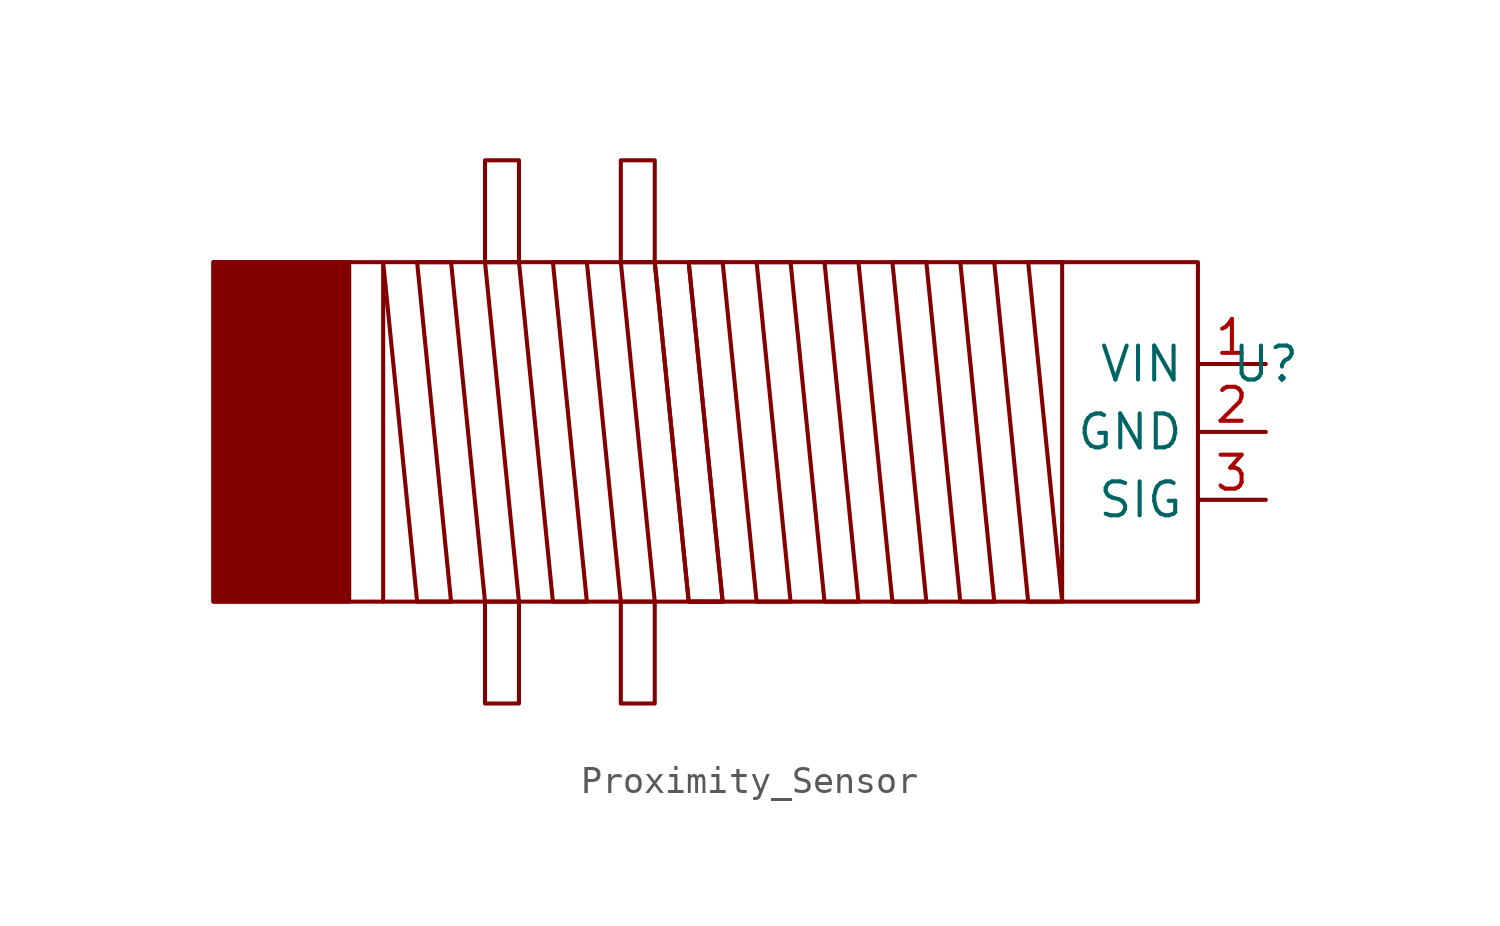
<source format=kicad_sym>
(kicad_symbol_lib
  (version 20231120)
  (generator "kicad_symbol_editor")
  (generator_version "8.0")
  (symbol "Proximity_Sensor"
    (property "Reference" "U"
      (at 21.59 2.54 0)
      (effects (font (size 1.27 1.27))))
    (property "Value" ""
      (at -8.89 0 0)
      (effects (font (size 1.27 1.27))))
    (symbol "Proximity_Sensor_0_0"
      (pin power_in line (at 21.59 2.54 180) (length 2.54) (name "VIN" (effects (font (size 1.27 1.27)))) (number "1" (effects (font (size 1.27 1.27)))))
      (pin power_in line (at 21.59 0 180) (length 2.54) (name "GND" (effects (font (size 1.27 1.27)))) (number "2" (effects (font (size 1.27 1.27)))))
      (pin output line (at 21.59 -2.54 180) (length 2.54) (name "SIG" (effects (font (size 1.27 1.27)))) (number "3" (effects (font (size 1.27 1.27))))))
    (symbol "Proximity_Sensor_0_1"
      (rectangle (start -17.78 6.35) (end 19.05 -6.35) (stroke (width 0) (type default)) (fill (type none))))
    (symbol "Proximity_Sensor_1_1"
      (rectangle (start -17.78 6.35) (end -12.7 -6.35) (stroke (width 0) (type default)) (fill (type outline)))
      (polyline (pts (xy -7.62 -6.35) (xy -7.62 -10.16) (xy -6.35 -10.16) (xy -6.35 -6.35)) (stroke (width 0) (type default)) (fill (type none)))
      (polyline (pts (xy -7.62 6.35) (xy -7.62 10.16) (xy -6.35 10.16) (xy -6.35 6.35)) (stroke (width 0) (type default)) (fill (type none)))
      (polyline (pts (xy -2.54 -6.35) (xy -2.54 -10.16) (xy -1.27 -10.16) (xy -1.27 -6.35)) (stroke (width 0) (type default)) (fill (type none)))
      (polyline (pts (xy -2.54 6.35) (xy -2.54 10.16) (xy -1.27 10.16) (xy -1.27 6.35)) (stroke (width 0) (type default)) (fill (type none)))
      (polyline (pts (xy 1.27 6.35) (xy 0 6.35) (xy 1.27 -6.35) (xy 0 -6.35) (xy -1.27 6.35) (xy -2.54 6.35) (xy -1.27 -6.35) (xy -2.54 -6.35) (xy -3.81 6.35) (xy -5.08 6.35) (xy -3.81 -6.35) (xy -5.08 -6.35) (xy -6.35 6.35) (xy -7.62 6.35) (xy -6.35 -6.35) (xy -7.62 -6.35) (xy -8.89 6.35) (xy -10.16 6.35) (xy -8.89 -6.35) (xy -10.16 -6.35) (xy -11.43 6.35) (xy -11.43 -6.35)) (stroke (width 0) (type default)) (fill (type none)))
      (polyline (pts (xy -1.27 6.35) (xy 0 -6.35) (xy 1.27 -6.35) (xy 0 6.35) (xy 1.27 6.35) (xy 2.54 -6.35) (xy 3.81 -6.35) (xy 2.54 6.35) (xy 3.81 6.35) (xy 5.08 -6.35) (xy 6.35 -6.35) (xy 5.08 6.35) (xy 6.35 6.35) (xy 7.62 -6.35) (xy 8.89 -6.35) (xy 7.62 6.35) (xy 8.89 6.35) (xy 10.16 -6.35) (xy 11.43 -6.35) (xy 10.16 6.35) (xy 11.43 6.35) (xy 12.7 -6.35) (xy 13.97 -6.35) (xy 12.7 6.35) (xy 13.97 6.35) (xy 13.97 -6.35)) (stroke (width 0) (type default)) (fill (type none))))))
</source>
